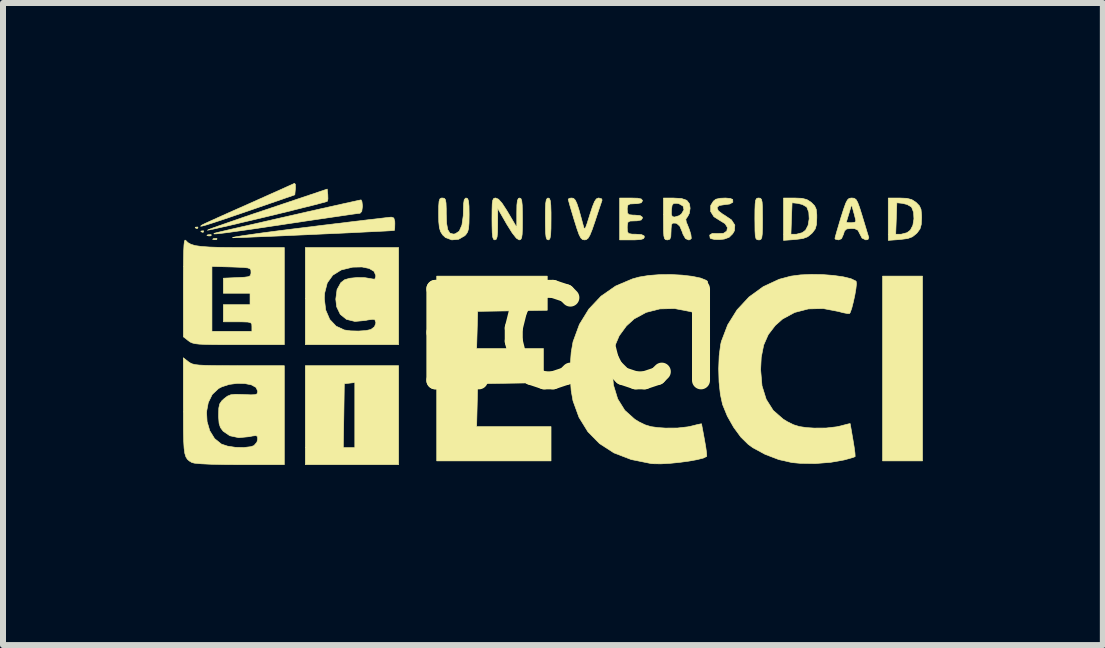
<source format=kicad_pcb>
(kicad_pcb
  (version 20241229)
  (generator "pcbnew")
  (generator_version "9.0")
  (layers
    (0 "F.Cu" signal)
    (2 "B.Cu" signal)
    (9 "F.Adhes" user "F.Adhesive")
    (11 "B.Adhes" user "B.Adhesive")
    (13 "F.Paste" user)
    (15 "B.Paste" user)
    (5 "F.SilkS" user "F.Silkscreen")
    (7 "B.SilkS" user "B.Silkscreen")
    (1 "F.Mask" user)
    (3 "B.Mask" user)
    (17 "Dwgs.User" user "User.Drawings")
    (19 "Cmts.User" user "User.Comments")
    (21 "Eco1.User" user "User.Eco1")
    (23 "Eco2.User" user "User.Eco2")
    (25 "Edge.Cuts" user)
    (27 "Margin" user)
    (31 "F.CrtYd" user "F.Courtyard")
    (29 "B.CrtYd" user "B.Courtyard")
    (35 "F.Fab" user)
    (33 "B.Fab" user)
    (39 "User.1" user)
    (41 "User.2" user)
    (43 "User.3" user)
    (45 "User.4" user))
  (footprint "ECCI"
    (layer "F.Cu")
    (at 6.419 2.599)
    (property "Reference" "ECCI" (at 0 0 0) (layer "F.SilkS") (effects (font (size 1.524 1.524) (thickness 0.3))))
    (attr through_hole)
    (fp_poly (pts (xy 5.905 2.032) (xy 5.239 2.032) (xy 5.239 -1.048) (xy 5.905 -1.048) (xy 5.905 2.032)) (stroke (width 0.01) (type solid)) (fill yes) (layer "F.SilkS"))
    (fp_poly (pts (xy -6.17 -1.863) (xy -6.174 -1.844) (xy -6.191 -1.841) (xy -6.217 -1.853) (xy -6.212 -1.863) (xy -6.175 -1.866) (xy -6.17 -1.863)) (stroke (width 0.01) (type solid)) (fill yes) (layer "F.SilkS"))
    (fp_poly (pts (xy -6.075 -1.799) (xy -6.079 -1.78) (xy -6.096 -1.778) (xy -6.122 -1.79) (xy -6.117 -1.799) (xy -6.079 -1.803) (xy -6.075 -1.799)) (stroke (width 0.01) (type solid)) (fill yes) (layer "F.SilkS"))
    (fp_poly (pts (xy -5.946 -1.734) (xy -5.955 -1.719) (xy -5.988 -1.717) (xy -6.021 -1.725) (xy -6.007 -1.736) (xy -5.957 -1.74) (xy -5.946 -1.734)) (stroke (width 0.01) (type solid)) (fill yes) (layer "F.SilkS"))
    (fp_poly (pts (xy -5.851 -1.67) (xy -5.86 -1.656) (xy -5.892 -1.654) (xy -5.926 -1.661) (xy -5.911 -1.673) (xy -5.862 -1.676) (xy -5.851 -1.67)) (stroke (width 0.01) (type solid)) (fill yes) (layer "F.SilkS"))
    (fp_poly (pts (xy -2.826 2.095) (xy -4.381 2.095) (xy -4.381 1.81) (xy -3.748 1.81) (xy -3.556 1.81) (xy -3.556 0.726) (xy -3.643 0.736) (xy -3.731 0.746) (xy -3.739 1.278) (xy -3.748 1.81) (xy -4.381 1.81) (xy -4.381 0.445) (xy -2.826 0.445) (xy -2.826 2.095)) (stroke (width 0.01) (type solid)) (fill yes) (layer "F.SilkS"))
    (fp_poly (pts (xy -0.349 -0.478) (xy -0.929 -0.469) (xy -1.508 -0.46) (xy -1.517 -0.151) (xy -1.526 0.159) (xy -0.413 0.159) (xy -0.413 0.729) (xy -0.96 0.737) (xy -1.508 0.746) (xy -1.517 1.103) (xy -1.526 1.46) (xy -0.286 1.46) (xy -0.286 2.032) (xy -2.191 2.032) (xy -2.191 -1.048) (xy -0.349 -1.048) (xy -0.349 -0.478)) (stroke (width 0.01) (type solid)) (fill yes) (layer "F.SilkS"))
    (fp_poly (pts (xy -0.312 -2.34) (xy -0.298 -2.303) (xy -0.29 -2.23) (xy -0.286 -2.109) (xy -0.286 -2) (xy -0.287 -1.844) (xy -0.292 -1.741) (xy -0.302 -1.681) (xy -0.318 -1.655) (xy -0.333 -1.651) (xy -0.355 -1.661) (xy -0.369 -1.698) (xy -0.377 -1.771) (xy -0.38 -1.891) (xy -0.381 -2) (xy -0.38 -2.157) (xy -0.375 -2.26) (xy -0.365 -2.319) (xy -0.348 -2.345) (xy -0.333 -2.349) (xy -0.312 -2.34)) (stroke (width 0.01) (type solid)) (fill yes) (layer "F.SilkS"))
    (fp_poly (pts (xy 3.203 -2.345) (xy 3.221 -2.326) (xy 3.232 -2.28) (xy 3.237 -2.197) (xy 3.238 -2.066) (xy 3.239 -2) (xy 3.238 -1.847) (xy 3.234 -1.747) (xy 3.226 -1.688) (xy 3.211 -1.66) (xy 3.187 -1.651) (xy 3.175 -1.651) (xy 3.147 -1.655) (xy 3.129 -1.674) (xy 3.118 -1.72) (xy 3.113 -1.803) (xy 3.112 -1.934) (xy 3.111 -2) (xy 3.112 -2.153) (xy 3.116 -2.253) (xy 3.124 -2.312) (xy 3.139 -2.34) (xy 3.163 -2.349) (xy 3.175 -2.349) (xy 3.203 -2.345)) (stroke (width 0.01) (type solid)) (fill yes) (layer "F.SilkS"))
    (fp_poly (pts (xy -4.547 -2.578) (xy -4.545 -2.518) (xy -4.546 -2.506) (xy -4.556 -2.402) (xy -5.318 -2.139) (xy -5.578 -2.05) (xy -5.781 -1.981) (xy -5.934 -1.931) (xy -6.039 -1.898) (xy -6.102 -1.881) (xy -6.126 -1.879) (xy -6.115 -1.891) (xy -6.096 -1.903) (xy -6.055 -1.923) (xy -5.964 -1.965) (xy -5.832 -2.025) (xy -5.667 -2.099) (xy -5.478 -2.183) (xy -5.318 -2.254) (xy -5.117 -2.344) (xy -4.936 -2.425) (xy -4.781 -2.494) (xy -4.662 -2.548) (xy -4.586 -2.582) (xy -4.562 -2.594) (xy -4.547 -2.578)) (stroke (width 0.01) (type solid)) (fill yes) (layer "F.SilkS"))
    (fp_poly (pts (xy -4.006 -2.405) (xy -4.004 -2.333) (xy -4.013 -2.295) (xy -4.047 -2.283) (xy -4.134 -2.26) (xy -4.264 -2.226) (xy -4.43 -2.185) (xy -4.621 -2.137) (xy -4.829 -2.086) (xy -5.044 -2.034) (xy -5.259 -1.983) (xy -5.463 -1.935) (xy -5.647 -1.891) (xy -5.804 -1.856) (xy -5.923 -1.829) (xy -5.995 -1.815) (xy -6.013 -1.812) (xy -5.993 -1.823) (xy -5.919 -1.851) (xy -5.798 -1.894) (xy -5.636 -1.95) (xy -5.441 -2.018) (xy -5.219 -2.094) (xy -5.032 -2.156) (xy -4.016 -2.498) (xy -4.006 -2.405)) (stroke (width 0.01) (type solid)) (fill yes) (layer "F.SilkS"))
    (fp_poly (pts (xy 3.897 -2.344) (xy 3.978 -2.323) (xy 4.046 -2.28) (xy 4.054 -2.273) (xy 4.107 -2.219) (xy 4.134 -2.159) (xy 4.143 -2.069) (xy 4.143 -2.02) (xy 4.138 -1.908) (xy 4.117 -1.834) (xy 4.072 -1.772) (xy 4.057 -1.757) (xy 3.992 -1.704) (xy 3.913 -1.674) (xy 3.798 -1.659) (xy 3.78 -1.657) (xy 3.588 -1.643) (xy 3.588 -1.746) (xy 3.712 -1.746) (xy 3.804 -1.746) (xy 3.9 -1.771) (xy 3.956 -1.813) (xy 3.998 -1.894) (xy 4.016 -2.002) (xy 4.01 -2.11) (xy 3.979 -2.192) (xy 3.969 -2.203) (xy 3.903 -2.241) (xy 3.826 -2.26) (xy 3.731 -2.27) (xy 3.721 -2.008) (xy 3.712 -1.746) (xy 3.588 -1.746) (xy 3.588 -2.349) (xy 3.776 -2.349) (xy 3.897 -2.344)) (stroke (width 0.01) (type solid)) (fill yes) (layer "F.SilkS"))
    (fp_poly (pts (xy 5.643 -2.344) (xy 5.725 -2.323) (xy 5.792 -2.28) (xy 5.801 -2.273) (xy 5.853 -2.219) (xy 5.88 -2.159) (xy 5.889 -2.069) (xy 5.89 -2.02) (xy 5.884 -1.908) (xy 5.863 -1.834) (xy 5.818 -1.772) (xy 5.804 -1.757) (xy 5.738 -1.704) (xy 5.659 -1.674) (xy 5.544 -1.659) (xy 5.526 -1.657) (xy 5.334 -1.643) (xy 5.334 -1.746) (xy 5.458 -1.746) (xy 5.55 -1.746) (xy 5.646 -1.771) (xy 5.702 -1.813) (xy 5.744 -1.894) (xy 5.762 -2.002) (xy 5.756 -2.11) (xy 5.725 -2.192) (xy 5.715 -2.203) (xy 5.649 -2.241) (xy 5.572 -2.26) (xy 5.477 -2.27) (xy 5.468 -2.008) (xy 5.458 -1.746) (xy 5.334 -1.746) (xy 5.334 -2.349) (xy 5.523 -2.349) (xy 5.643 -2.344)) (stroke (width 0.01) (type solid)) (fill yes) (layer "F.SilkS"))
    (fp_poly (pts (xy 2.7 -2.342) (xy 2.742 -2.325) (xy 2.742 -2.324) (xy 2.744 -2.279) (xy 2.691 -2.249) (xy 2.604 -2.238) (xy 2.514 -2.224) (xy 2.48 -2.188) (xy 2.502 -2.136) (xy 2.579 -2.077) (xy 2.603 -2.064) (xy 2.721 -1.984) (xy 2.777 -1.898) (xy 2.771 -1.805) (xy 2.741 -1.753) (xy 2.681 -1.694) (xy 2.601 -1.665) (xy 2.532 -1.657) (xy 2.441 -1.658) (xy 2.379 -1.672) (xy 2.366 -1.681) (xy 2.358 -1.732) (xy 2.401 -1.759) (xy 2.486 -1.757) (xy 2.586 -1.76) (xy 2.643 -1.798) (xy 2.654 -1.857) (xy 2.615 -1.921) (xy 2.535 -1.97) (xy 2.429 -2.037) (xy 2.374 -2.124) (xy 2.375 -2.221) (xy 2.378 -2.23) (xy 2.42 -2.297) (xy 2.461 -2.329) (xy 2.533 -2.345) (xy 2.621 -2.349) (xy 2.7 -2.342)) (stroke (width 0.01) (type solid)) (fill yes) (layer "F.SilkS"))
    (fp_poly (pts (xy -2.906 -2.016) (xy -2.89 -1.959) (xy -2.889 -1.921) (xy -2.891 -1.847) (xy -2.896 -1.81) (xy -2.897 -1.809) (xy -2.942 -1.805) (xy -3.042 -1.799) (xy -3.188 -1.792) (xy -3.373 -1.783) (xy -3.589 -1.772) (xy -3.826 -1.761) (xy -4.077 -1.75) (xy -4.334 -1.738) (xy -4.587 -1.727) (xy -4.83 -1.716) (xy -5.053 -1.707) (xy -5.248 -1.699) (xy -5.407 -1.692) (xy -5.522 -1.688) (xy -5.584 -1.687) (xy -5.588 -1.687) (xy -5.594 -1.691) (xy -5.543 -1.702) (xy -5.439 -1.719) (xy -5.288 -1.741) (xy -5.096 -1.768) (xy -4.867 -1.798) (xy -4.607 -1.831) (xy -4.381 -1.859) (xy -4.091 -1.895) (xy -3.818 -1.928) (xy -3.571 -1.958) (xy -3.355 -1.984) (xy -3.178 -2.004) (xy -3.046 -2.02) (xy -2.966 -2.029) (xy -2.945 -2.03) (xy -2.906 -2.016)) (stroke (width 0.01) (type solid)) (fill yes) (layer "F.SilkS"))
    (fp_poly (pts (xy -3.437 -2.29) (xy -3.429 -2.221) (xy -3.429 -2.207) (xy -3.44 -2.126) (xy -3.468 -2.096) (xy -3.469 -2.095) (xy -3.509 -2.091) (xy -3.604 -2.078) (xy -3.747 -2.057) (xy -3.932 -2.03) (xy -4.15 -1.998) (xy -4.395 -1.962) (xy -4.659 -1.922) (xy -4.667 -1.921) (xy -5 -1.871) (xy -5.274 -1.83) (xy -5.493 -1.799) (xy -5.662 -1.775) (xy -5.783 -1.76) (xy -5.861 -1.752) (xy -5.901 -1.751) (xy -5.905 -1.756) (xy -5.89 -1.763) (xy -5.852 -1.773) (xy -5.76 -1.795) (xy -5.624 -1.827) (xy -5.45 -1.867) (xy -5.248 -1.913) (xy -5.026 -1.964) (xy -4.791 -2.018) (xy -4.552 -2.072) (xy -4.317 -2.126) (xy -4.094 -2.176) (xy -3.892 -2.221) (xy -3.719 -2.26) (xy -3.582 -2.29) (xy -3.491 -2.31) (xy -3.452 -2.318) (xy -3.452 -2.318) (xy -3.437 -2.29)) (stroke (width 0.01) (type solid)) (fill yes) (layer "F.SilkS"))
    (fp_poly (pts (xy 0.56 -2.334) (xy 0.564 -2.31) (xy 0.548 -2.264) (xy 0.517 -2.173) (xy 0.477 -2.052) (xy 0.447 -1.961) (xy 0.398 -1.819) (xy 0.361 -1.728) (xy 0.33 -1.677) (xy 0.299 -1.655) (xy 0.273 -1.651) (xy 0.239 -1.657) (xy 0.21 -1.684) (xy 0.181 -1.74) (xy 0.146 -1.838) (xy 0.101 -1.981) (xy 0.06 -2.117) (xy 0.027 -2.229) (xy 0.006 -2.305) (xy 0 -2.331) (xy 0.027 -2.346) (xy 0.061 -2.349) (xy 0.091 -2.342) (xy 0.118 -2.314) (xy 0.145 -2.257) (xy 0.177 -2.161) (xy 0.217 -2.017) (xy 0.247 -1.905) (xy 0.261 -1.855) (xy 0.274 -1.836) (xy 0.29 -1.856) (xy 0.314 -1.922) (xy 0.351 -2.039) (xy 0.361 -2.072) (xy 0.405 -2.206) (xy 0.439 -2.29) (xy 0.469 -2.334) (xy 0.502 -2.349) (xy 0.512 -2.349) (xy 0.56 -2.334)) (stroke (width 0.01) (type solid)) (fill yes) (layer "F.SilkS"))
    (fp_poly (pts (xy 1.158 -2.346) (xy 1.218 -2.333) (xy 1.238 -2.308) (xy 1.238 -2.302) (xy 1.217 -2.269) (xy 1.148 -2.255) (xy 1.111 -2.254) (xy 1.03 -2.25) (xy 0.994 -2.23) (xy 0.984 -2.179) (xy 0.984 -2.159) (xy 0.989 -2.098) (xy 1.016 -2.071) (xy 1.084 -2.064) (xy 1.111 -2.064) (xy 1.2 -2.056) (xy 1.236 -2.03) (xy 1.238 -2.016) (xy 1.217 -1.983) (xy 1.148 -1.969) (xy 1.111 -1.968) (xy 1.03 -1.965) (xy 0.994 -1.944) (xy 0.985 -1.89) (xy 0.984 -1.857) (xy 0.987 -1.789) (xy 1.008 -1.757) (xy 1.064 -1.747) (xy 1.127 -1.746) (xy 1.221 -1.74) (xy 1.264 -1.719) (xy 1.27 -1.699) (xy 1.256 -1.672) (xy 1.207 -1.657) (xy 1.11 -1.651) (xy 1.064 -1.651) (xy 0.857 -1.651) (xy 0.857 -2.349) (xy 1.048 -2.349) (xy 1.158 -2.346)) (stroke (width 0.01) (type solid)) (fill yes) (layer "F.SilkS"))
    (fp_poly (pts (xy -1.675 -2.338) (xy -1.661 -2.297) (xy -1.653 -2.215) (xy -1.651 -2.082) (xy -1.651 -2.069) (xy -1.653 -1.931) (xy -1.66 -1.841) (xy -1.676 -1.783) (xy -1.704 -1.741) (xy -1.724 -1.72) (xy -1.827 -1.661) (xy -1.94 -1.651) (xy -2.045 -1.69) (xy -2.093 -1.735) (xy -2.127 -1.789) (xy -2.147 -1.856) (xy -2.157 -1.954) (xy -2.159 -2.084) (xy -2.158 -2.214) (xy -2.152 -2.293) (xy -2.139 -2.333) (xy -2.116 -2.348) (xy -2.095 -2.349) (xy -2.064 -2.344) (xy -2.046 -2.321) (xy -2.036 -2.266) (xy -2.032 -2.168) (xy -2.032 -2.084) (xy -2.026 -1.924) (xy -2.007 -1.821) (xy -1.971 -1.764) (xy -1.915 -1.748) (xy -1.884 -1.752) (xy -1.816 -1.796) (xy -1.771 -1.898) (xy -1.749 -2.054) (xy -1.747 -2.135) (xy -1.743 -2.254) (xy -1.733 -2.32) (xy -1.711 -2.347) (xy -1.699 -2.349) (xy -1.675 -2.338)) (stroke (width 0.01) (type solid)) (fill yes) (layer "F.SilkS"))
    (fp_poly (pts (xy -0.788 -2.34) (xy -0.774 -2.303) (xy -0.766 -2.23) (xy -0.763 -2.109) (xy -0.762 -2) (xy -0.763 -1.846) (xy -0.767 -1.745) (xy -0.776 -1.686) (xy -0.791 -1.659) (xy -0.815 -1.651) (xy -0.818 -1.651) (xy -0.864 -1.68) (xy -0.932 -1.766) (xy -1.019 -1.905) (xy -1.024 -1.913) (xy -1.174 -2.175) (xy -1.175 -1.913) (xy -1.177 -1.78) (xy -1.185 -1.7) (xy -1.2 -1.661) (xy -1.222 -1.651) (xy -1.244 -1.661) (xy -1.258 -1.698) (xy -1.266 -1.771) (xy -1.269 -1.891) (xy -1.27 -2) (xy -1.269 -2.153) (xy -1.266 -2.254) (xy -1.257 -2.312) (xy -1.242 -2.341) (xy -1.218 -2.349) (xy -1.207 -2.349) (xy -1.161 -2.329) (xy -1.102 -2.262) (xy -1.025 -2.144) (xy -1.001 -2.104) (xy -0.857 -1.859) (xy -0.857 -2.104) (xy -0.855 -2.232) (xy -0.846 -2.308) (xy -0.829 -2.343) (xy -0.81 -2.349) (xy -0.788 -2.34)) (stroke (width 0.01) (type solid)) (fill yes) (layer "F.SilkS"))
    (fp_poly (pts (xy -2.826 0.095) (xy -4.381 0.095) (xy -4.381 -0.674) (xy -4.064 -0.674) (xy -4.041 -0.482) (xy -3.974 -0.326) (xy -3.867 -0.213) (xy -3.731 -0.15) (xy -3.624 -0.135) (xy -3.494 -0.132) (xy -3.372 -0.14) (xy -3.288 -0.158) (xy -3.228 -0.204) (xy -3.204 -0.268) (xy -3.223 -0.324) (xy -3.261 -0.327) (xy -3.339 -0.317) (xy -3.381 -0.308) (xy -3.554 -0.292) (xy -3.695 -0.327) (xy -3.798 -0.41) (xy -3.859 -0.537) (xy -3.873 -0.664) (xy -3.852 -0.824) (xy -3.789 -0.938) (xy -3.726 -0.987) (xy -3.64 -1.012) (xy -3.518 -1.024) (xy -3.39 -1.022) (xy -3.282 -1.004) (xy -3.275 -1.002) (xy -3.224 -0.996) (xy -3.208 -1.033) (xy -3.207 -1.059) (xy -3.236 -1.127) (xy -3.316 -1.175) (xy -3.436 -1.2) (xy -3.587 -1.197) (xy -3.595 -1.196) (xy -3.783 -1.15) (xy -3.923 -1.063) (xy -4.015 -0.935) (xy -4.059 -0.764) (xy -4.064 -0.674) (xy -4.381 -0.674) (xy -4.381 -1.524) (xy -2.826 -1.524) (xy -2.826 0.095)) (stroke (width 0.01) (type solid)) (fill yes) (layer "F.SilkS"))
    (fp_poly (pts (xy 4.766 -2.345) (xy 4.797 -2.324) (xy 4.824 -2.277) (xy 4.856 -2.191) (xy 4.898 -2.057) (xy 4.903 -2.04) (xy 4.944 -1.905) (xy 4.978 -1.792) (xy 5.002 -1.715) (xy 5.01 -1.691) (xy 4.996 -1.658) (xy 4.96 -1.651) (xy 4.897 -1.681) (xy 4.863 -1.746) (xy 4.829 -1.812) (xy 4.776 -1.838) (xy 4.719 -1.841) (xy 4.642 -1.834) (xy 4.605 -1.801) (xy 4.588 -1.746) (xy 4.555 -1.671) (xy 4.506 -1.651) (xy 4.456 -1.661) (xy 4.445 -1.674) (xy 4.454 -1.712) (xy 4.478 -1.797) (xy 4.513 -1.915) (xy 4.522 -1.945) (xy 4.636 -1.945) (xy 4.663 -1.939) (xy 4.715 -1.937) (xy 4.775 -1.945) (xy 4.794 -1.961) (xy 4.786 -2.004) (xy 4.766 -2.083) (xy 4.758 -2.111) (xy 4.723 -2.238) (xy 4.68 -2.095) (xy 4.654 -2.01) (xy 4.638 -1.955) (xy 4.636 -1.945) (xy 4.522 -1.945) (xy 4.545 -2.023) (xy 4.591 -2.167) (xy 4.625 -2.262) (xy 4.653 -2.316) (xy 4.681 -2.342) (xy 4.716 -2.349) (xy 4.728 -2.349) (xy 4.766 -2.345)) (stroke (width 0.01) (type solid)) (fill yes) (layer "F.SilkS"))
    (fp_poly (pts (xy 1.889 -2.341) (xy 1.977 -2.31) (xy 2.021 -2.252) (xy 2.032 -2.178) (xy 2.019 -2.094) (xy 1.989 -2.036) (xy 1.987 -2.035) (xy 1.96 -1.997) (xy 1.969 -1.944) (xy 1.984 -1.912) (xy 2.022 -1.815) (xy 2.045 -1.738) (xy 2.052 -1.675) (xy 2.026 -1.653) (xy 2.004 -1.651) (xy 1.955 -1.673) (xy 1.914 -1.745) (xy 1.9 -1.786) (xy 1.86 -1.88) (xy 1.811 -1.924) (xy 1.786 -1.931) (xy 1.742 -1.931) (xy 1.721 -1.905) (xy 1.715 -1.836) (xy 1.714 -1.796) (xy 1.71 -1.706) (xy 1.694 -1.663) (xy 1.657 -1.651) (xy 1.651 -1.651) (xy 1.623 -1.655) (xy 1.605 -1.674) (xy 1.594 -1.72) (xy 1.589 -1.803) (xy 1.588 -1.934) (xy 1.587 -2) (xy 1.587 -2.072) (xy 1.719 -2.072) (xy 1.738 -2.038) (xy 1.774 -2.032) (xy 1.847 -2.054) (xy 1.887 -2.082) (xy 1.929 -2.154) (xy 1.914 -2.215) (xy 1.844 -2.255) (xy 1.808 -2.261) (xy 1.756 -2.259) (xy 1.731 -2.227) (xy 1.721 -2.151) (xy 1.719 -2.072) (xy 1.587 -2.072) (xy 1.587 -2.349) (xy 1.748 -2.349) (xy 1.889 -2.341)) (stroke (width 0.01) (type solid)) (fill yes) (layer "F.SilkS"))
    (fp_poly (pts (xy -6.374 -1.643) (xy -6.374 -1.643) (xy -6.338 -1.606) (xy -6.288 -1.578) (xy -6.216 -1.556) (xy -6.115 -1.542) (xy -5.976 -1.532) (xy -5.792 -1.526) (xy -5.556 -1.524) (xy -5.443 -1.524) (xy -4.731 -1.524) (xy -4.731 0.095) (xy -5.488 0.095) (xy -5.728 0.095) (xy -5.912 0.094) (xy -6.05 0.091) (xy -6.149 0.086) (xy -6.219 0.078) (xy -6.266 0.066) (xy -6.301 0.05) (xy -6.33 0.029) (xy -6.413 -0.036) (xy -6.413 -0.127) (xy -5.937 -0.127) (xy -5.271 -0.127) (xy -5.271 -0.206) (xy -5.273 -0.247) (xy -5.291 -0.27) (xy -5.337 -0.282) (xy -5.425 -0.285) (xy -5.509 -0.286) (xy -5.747 -0.286) (xy -5.747 -0.572) (xy -5.302 -0.572) (xy -5.302 -0.762) (xy -5.747 -0.762) (xy -5.747 -1.013) (xy -5.517 -1.023) (xy -5.398 -1.029) (xy -5.329 -1.038) (xy -5.297 -1.056) (xy -5.287 -1.089) (xy -5.286 -1.111) (xy -5.288 -1.147) (xy -5.302 -1.17) (xy -5.34 -1.184) (xy -5.411 -1.192) (xy -5.529 -1.197) (xy -5.612 -1.2) (xy -5.937 -1.209) (xy -5.937 -0.127) (xy -6.413 -0.127) (xy -6.414 -0.866) (xy -6.413 -1.121) (xy -6.411 -1.319) (xy -6.408 -1.465) (xy -6.403 -1.565) (xy -6.396 -1.624) (xy -6.386 -1.648) (xy -6.374 -1.643)) (stroke (width 0.01) (type solid)) (fill yes) (layer "F.SilkS"))
    (fp_poly (pts (xy -6.33 0.379) (xy -6.3 0.399) (xy -6.266 0.415) (xy -6.218 0.427) (xy -6.148 0.435) (xy -6.048 0.44) (xy -5.91 0.443) (xy -5.725 0.444) (xy -5.488 0.445) (xy -4.731 0.445) (xy -4.731 2.095) (xy -5.469 2.095) (xy -5.738 2.093) (xy -5.956 2.088) (xy -6.12 2.08) (xy -6.227 2.07) (xy -6.271 2.059) (xy -6.313 2.034) (xy -6.346 2.005) (xy -6.371 1.965) (xy -6.389 1.907) (xy -6.401 1.821) (xy -6.408 1.702) (xy -6.412 1.541) (xy -6.413 1.33) (xy -6.413 1.215) (xy -6.027 1.215) (xy -6.018 1.377) (xy -5.973 1.53) (xy -5.893 1.66) (xy -5.779 1.752) (xy -5.676 1.786) (xy -5.544 1.806) (xy -5.406 1.809) (xy -5.289 1.795) (xy -5.237 1.777) (xy -5.188 1.721) (xy -5.175 1.67) (xy -5.179 1.626) (xy -5.203 1.61) (xy -5.263 1.617) (xy -5.314 1.628) (xy -5.489 1.645) (xy -5.639 1.613) (xy -5.75 1.537) (xy -5.795 1.477) (xy -5.818 1.405) (xy -5.826 1.299) (xy -5.826 1.265) (xy -5.823 1.153) (xy -5.808 1.083) (xy -5.773 1.031) (xy -5.733 0.994) (xy -5.679 0.953) (xy -5.623 0.93) (xy -5.547 0.922) (xy -5.431 0.925) (xy -5.408 0.926) (xy -5.288 0.931) (xy -5.219 0.928) (xy -5.186 0.915) (xy -5.176 0.887) (xy -5.175 0.867) (xy -5.203 0.807) (xy -5.279 0.765) (xy -5.387 0.743) (xy -5.515 0.74) (xy -5.647 0.757) (xy -5.771 0.797) (xy -5.827 0.826) (xy -5.932 0.925) (xy -5.998 1.06) (xy -6.027 1.215) (xy -6.413 1.215) (xy -6.414 1.119) (xy -6.414 0.313) (xy -6.33 0.379)) (stroke (width 0.01) (type solid)) (fill yes) (layer "F.SilkS"))
    (fp_poly (pts (xy 1.899 -1.064) (xy 2.068 -1.044) (xy 2.207 -1.015) (xy 2.301 -0.977) (xy 2.322 -0.96) (xy 2.327 -0.92) (xy 2.319 -0.837) (xy 2.3 -0.73) (xy 2.276 -0.616) (xy 2.249 -0.514) (xy 2.224 -0.443) (xy 2.212 -0.424) (xy 2.176 -0.424) (xy 2.099 -0.439) (xy 2.029 -0.458) (xy 1.773 -0.507) (xy 1.527 -0.501) (xy 1.3 -0.443) (xy 1.1 -0.335) (xy 0.97 -0.217) (xy 0.85 -0.053) (xy 0.773 0.128) (xy 0.736 0.342) (xy 0.73 0.492) (xy 0.754 0.767) (xy 0.825 0.999) (xy 0.943 1.189) (xy 1.109 1.338) (xy 1.181 1.382) (xy 1.282 1.431) (xy 1.38 1.461) (xy 1.498 1.477) (xy 1.619 1.485) (xy 1.821 1.484) (xy 1.996 1.464) (xy 2.056 1.451) (xy 2.147 1.428) (xy 2.208 1.415) (xy 2.223 1.414) (xy 2.228 1.447) (xy 2.243 1.526) (xy 2.264 1.639) (xy 2.272 1.683) (xy 2.293 1.804) (xy 2.306 1.899) (xy 2.309 1.952) (xy 2.307 1.958) (xy 2.252 1.985) (xy 2.148 2.011) (xy 2.01 2.036) (xy 1.854 2.057) (xy 1.693 2.073) (xy 1.544 2.081) (xy 1.419 2.079) (xy 1.381 2.076) (xy 1.05 2.009) (xy 0.763 1.899) (xy 0.523 1.744) (xy 0.328 1.546) (xy 0.18 1.306) (xy 0.08 1.031) (xy 0.05 0.86) (xy 0.035 0.652) (xy 0.035 0.431) (xy 0.05 0.223) (xy 0.08 0.051) (xy 0.08 0.049) (xy 0.187 -0.243) (xy 0.344 -0.498) (xy 0.547 -0.713) (xy 0.79 -0.882) (xy 1.07 -1.001) (xy 1.182 -1.032) (xy 1.34 -1.058) (xy 1.521 -1.072) (xy 1.712 -1.074) (xy 1.899 -1.064)) (stroke (width 0.01) (type solid)) (fill yes) (layer "F.SilkS"))
    (fp_poly (pts (xy 4.24 -1.073) (xy 4.421 -1.059) (xy 4.583 -1.036) (xy 4.711 -1.005) (xy 4.791 -0.967) (xy 4.799 -0.96) (xy 4.804 -0.92) (xy 4.795 -0.837) (xy 4.777 -0.73) (xy 4.752 -0.616) (xy 4.726 -0.514) (xy 4.701 -0.443) (xy 4.689 -0.424) (xy 4.653 -0.424) (xy 4.575 -0.439) (xy 4.506 -0.458) (xy 4.25 -0.507) (xy 4.003 -0.501) (xy 3.775 -0.442) (xy 3.573 -0.333) (xy 3.451 -0.225) (xy 3.334 -0.072) (xy 3.258 0.101) (xy 3.217 0.307) (xy 3.207 0.513) (xy 3.23 0.781) (xy 3.3 1.006) (xy 3.417 1.191) (xy 3.583 1.336) (xy 3.655 1.38) (xy 3.757 1.43) (xy 3.855 1.46) (xy 3.972 1.477) (xy 4.096 1.485) (xy 4.298 1.484) (xy 4.472 1.464) (xy 4.532 1.451) (xy 4.624 1.427) (xy 4.685 1.412) (xy 4.699 1.41) (xy 4.704 1.44) (xy 4.718 1.518) (xy 4.737 1.63) (xy 4.746 1.681) (xy 4.766 1.803) (xy 4.779 1.899) (xy 4.782 1.954) (xy 4.781 1.961) (xy 4.746 1.975) (xy 4.668 1.997) (xy 4.599 2.016) (xy 4.373 2.056) (xy 4.117 2.076) (xy 3.863 2.072) (xy 3.731 2.06) (xy 3.51 2.01) (xy 3.282 1.923) (xy 3.077 1.812) (xy 3 1.756) (xy 2.877 1.635) (xy 2.757 1.471) (xy 2.652 1.286) (xy 2.576 1.1) (xy 2.572 1.089) (xy 2.536 0.923) (xy 2.514 0.717) (xy 2.508 0.496) (xy 2.516 0.282) (xy 2.54 0.097) (xy 2.552 0.043) (xy 2.658 -0.235) (xy 2.814 -0.485) (xy 3.014 -0.7) (xy 3.251 -0.872) (xy 3.516 -0.995) (xy 3.711 -1.047) (xy 3.871 -1.068) (xy 4.052 -1.076) (xy 4.24 -1.073)) (stroke (width 0.01) (type solid)) (fill yes) (layer "F.SilkS")))
  (gr_rect
    (start -3 -3)
    (end 15.329 7.7)
    (stroke (width 0.1) (type default))
    (fill no)
    (layer "Edge.Cuts")))
</source>
